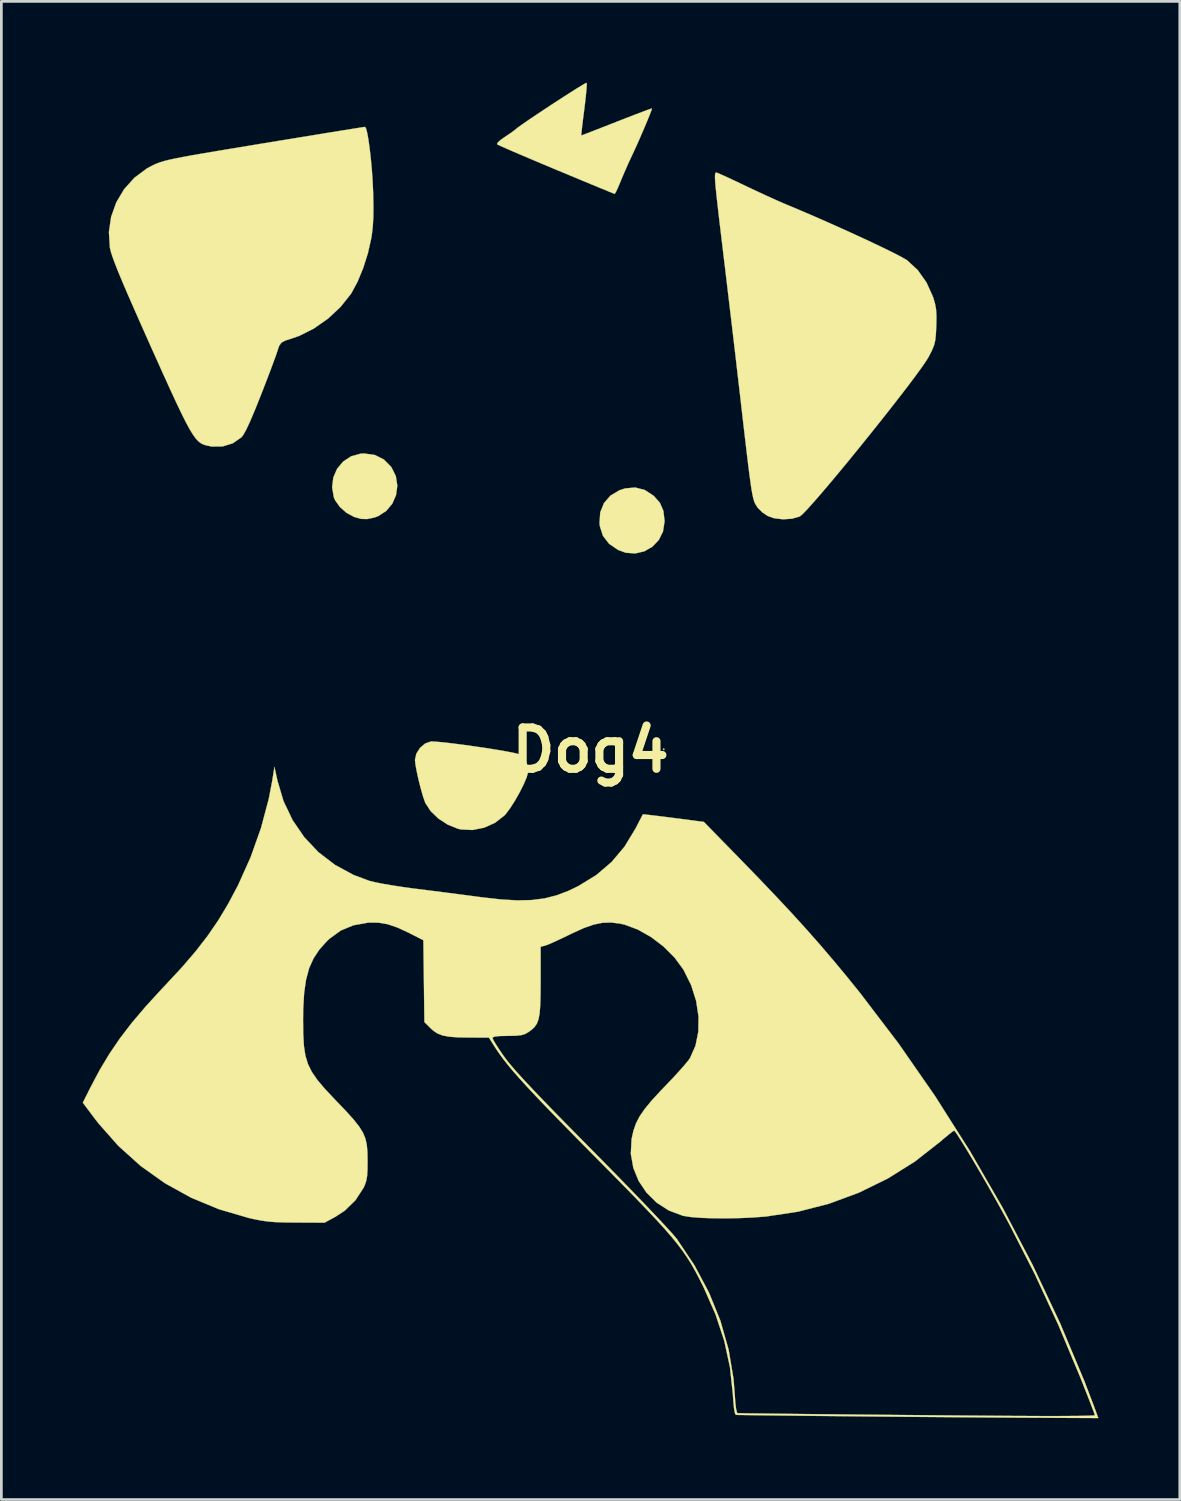
<source format=kicad_pcb>
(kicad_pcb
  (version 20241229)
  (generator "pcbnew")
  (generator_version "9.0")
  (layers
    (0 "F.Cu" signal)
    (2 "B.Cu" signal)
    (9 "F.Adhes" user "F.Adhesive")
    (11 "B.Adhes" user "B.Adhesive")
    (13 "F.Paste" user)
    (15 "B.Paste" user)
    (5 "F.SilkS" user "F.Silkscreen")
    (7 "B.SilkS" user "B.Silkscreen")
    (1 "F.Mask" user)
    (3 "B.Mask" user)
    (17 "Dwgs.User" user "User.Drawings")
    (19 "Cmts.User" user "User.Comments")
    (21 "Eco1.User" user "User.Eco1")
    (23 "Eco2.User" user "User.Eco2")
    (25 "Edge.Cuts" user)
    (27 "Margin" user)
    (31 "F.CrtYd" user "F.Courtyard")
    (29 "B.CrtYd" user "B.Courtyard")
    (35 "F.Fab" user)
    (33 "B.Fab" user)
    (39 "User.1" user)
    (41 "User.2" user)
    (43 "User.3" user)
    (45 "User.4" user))
  (footprint "Dog4"
    (layer "F.Cu")
    (at 18.732 24.617)
    (property "Reference" "Dog4" (at 0 0 0) (layer "F.SilkS") (effects (font (size 1.524 1.524) (thickness 0.3))))
    (attr through_hole)
    (fp_poly (pts (xy 2.731 -0.032) (xy 2.699 0) (xy 2.667 -0.032) (xy 2.699 -0.064) (xy 2.731 -0.032)) (stroke (width 0.01) (type solid)) (fill yes) (layer "F.SilkS"))
    (fp_poly (pts (xy 2.003 -9.593) (xy 2.328 -9.38) (xy 2.558 -9.122) (xy 2.687 -8.824) (xy 2.73 -8.455) (xy 2.73 -8.432) (xy 2.673 -8.064) (xy 2.517 -7.75) (xy 2.281 -7.502) (xy 1.986 -7.333) (xy 1.652 -7.254) (xy 1.299 -7.279) (xy 1.017 -7.382) (xy 0.682 -7.611) (xy 0.458 -7.902) (xy 0.344 -8.256) (xy 0.331 -8.372) (xy 0.358 -8.77) (xy 0.496 -9.113) (xy 0.737 -9.388) (xy 1.07 -9.585) (xy 1.276 -9.652) (xy 1.649 -9.685) (xy 2.003 -9.593)) (stroke (width 0.01) (type solid)) (fill yes) (layer "F.SilkS"))
    (fp_poly (pts (xy -7.955 -10.884) (xy -7.621 -10.718) (xy -7.35 -10.442) (xy -7.343 -10.431) (xy -7.181 -10.103) (xy -7.127 -9.753) (xy -7.174 -9.407) (xy -7.312 -9.089) (xy -7.535 -8.822) (xy -7.832 -8.63) (xy -7.983 -8.576) (xy -8.24 -8.522) (xy -8.455 -8.527) (xy -8.7 -8.594) (xy -8.723 -8.602) (xy -8.997 -8.748) (xy -9.243 -8.964) (xy -9.421 -9.213) (xy -9.468 -9.321) (xy -9.532 -9.696) (xy -9.488 -10.054) (xy -9.348 -10.376) (xy -9.125 -10.643) (xy -8.834 -10.835) (xy -8.488 -10.932) (xy -8.35 -10.94) (xy -7.955 -10.884)) (stroke (width 0.01) (type solid)) (fill yes) (layer "F.SilkS"))
    (fp_poly (pts (xy -5.677 -0.308) (xy -5.407 -0.283) (xy -5.072 -0.244) (xy -4.692 -0.195) (xy -4.291 -0.139) (xy -3.888 -0.08) (xy -3.507 -0.02) (xy -3.168 0.038) (xy -2.894 0.089) (xy -2.705 0.131) (xy -2.628 0.158) (xy -2.408 0.364) (xy -2.304 0.616) (xy -2.302 0.811) (xy -2.356 1.003) (xy -2.468 1.266) (xy -2.618 1.565) (xy -2.79 1.868) (xy -2.966 2.143) (xy -3.126 2.357) (xy -3.178 2.413) (xy -3.524 2.682) (xy -3.928 2.863) (xy -4.357 2.947) (xy -4.781 2.926) (xy -4.893 2.9) (xy -5.267 2.75) (xy -5.613 2.525) (xy -5.897 2.252) (xy -6.09 1.955) (xy -6.108 1.914) (xy -6.181 1.701) (xy -6.261 1.42) (xy -6.34 1.108) (xy -6.407 0.804) (xy -6.456 0.544) (xy -6.476 0.366) (xy -6.476 0.359) (xy -6.424 0.129) (xy -6.289 -0.082) (xy -6.101 -0.242) (xy -5.892 -0.316) (xy -5.86 -0.318) (xy -5.677 -0.308)) (stroke (width 0.01) (type solid)) (fill yes) (layer "F.SilkS"))
    (fp_poly (pts (xy -0.139 -24.541) (xy -0.151 -24.366) (xy -0.175 -24.11) (xy -0.211 -23.797) (xy -0.233 -23.623) (xy -0.275 -23.293) (xy -0.309 -23.012) (xy -0.332 -22.803) (xy -0.342 -22.686) (xy -0.341 -22.67) (xy -0.279 -22.692) (xy -0.117 -22.754) (xy 0.129 -22.849) (xy 0.441 -22.971) (xy 0.803 -23.112) (xy 0.962 -23.175) (xy 1.339 -23.322) (xy 1.673 -23.451) (xy 1.948 -23.556) (xy 2.146 -23.629) (xy 2.251 -23.664) (xy 2.263 -23.666) (xy 2.247 -23.604) (xy 2.189 -23.448) (xy 2.097 -23.223) (xy 1.983 -22.95) (xy 1.855 -22.654) (xy 1.724 -22.356) (xy 1.598 -22.08) (xy 1.532 -21.939) (xy 1.389 -21.632) (xy 1.241 -21.295) (xy 1.115 -20.997) (xy 1.105 -20.971) (xy 1.015 -20.755) (xy 0.94 -20.595) (xy 0.894 -20.519) (xy 0.889 -20.516) (xy 0.825 -20.541) (xy 0.657 -20.609) (xy 0.399 -20.716) (xy 0.063 -20.854) (xy -0.337 -21.02) (xy -0.787 -21.207) (xy -1.27 -21.408) (xy -1.759 -21.613) (xy -2.211 -21.804) (xy -2.613 -21.975) (xy -2.951 -22.12) (xy -3.212 -22.235) (xy -3.383 -22.312) (xy -3.448 -22.346) (xy -3.427 -22.404) (xy -3.32 -22.503) (xy -3.173 -22.607) (xy -2.986 -22.732) (xy -2.837 -22.838) (xy -2.772 -22.891) (xy -2.685 -22.961) (xy -2.515 -23.082) (xy -2.281 -23.244) (xy -1.999 -23.434) (xy -1.688 -23.641) (xy -1.365 -23.854) (xy -1.047 -24.06) (xy -0.751 -24.25) (xy -0.496 -24.411) (xy -0.298 -24.532) (xy -0.176 -24.601) (xy -0.144 -24.612) (xy -0.139 -24.541)) (stroke (width 0.01) (type solid)) (fill yes) (layer "F.SilkS"))
    (fp_poly (pts (xy -8.28 -22.927) (xy -8.236 -22.759) (xy -8.191 -22.504) (xy -8.146 -22.181) (xy -8.104 -21.808) (xy -8.067 -21.407) (xy -8.038 -20.995) (xy -8.02 -20.594) (xy -8.018 -20.542) (xy -8.009 -20.052) (xy -8.013 -19.655) (xy -8.031 -19.322) (xy -8.066 -19.02) (xy -8.09 -18.869) (xy -8.212 -18.328) (xy -8.383 -17.787) (xy -8.588 -17.287) (xy -8.813 -16.868) (xy -8.847 -16.816) (xy -9.224 -16.343) (xy -9.685 -15.914) (xy -10.201 -15.552) (xy -10.741 -15.28) (xy -11.049 -15.173) (xy -11.27 -15.102) (xy -11.403 -15.027) (xy -11.483 -14.916) (xy -11.546 -14.736) (xy -11.551 -14.717) (xy -11.597 -14.58) (xy -11.682 -14.346) (xy -11.797 -14.035) (xy -11.936 -13.67) (xy -12.09 -13.271) (xy -12.167 -13.075) (xy -12.379 -12.546) (xy -12.554 -12.132) (xy -12.696 -11.828) (xy -12.807 -11.628) (xy -12.877 -11.538) (xy -13.197 -11.316) (xy -13.57 -11.201) (xy -13.974 -11.197) (xy -14.201 -11.245) (xy -14.296 -11.279) (xy -14.386 -11.327) (xy -14.476 -11.4) (xy -14.571 -11.505) (xy -14.675 -11.652) (xy -14.794 -11.849) (xy -14.933 -12.106) (xy -15.095 -12.431) (xy -15.287 -12.833) (xy -15.512 -13.32) (xy -15.777 -13.903) (xy -16.085 -14.588) (xy -16.241 -14.936) (xy -16.569 -15.673) (xy -16.848 -16.304) (xy -17.081 -16.837) (xy -17.272 -17.283) (xy -17.424 -17.649) (xy -17.541 -17.945) (xy -17.628 -18.181) (xy -17.687 -18.364) (xy -17.723 -18.504) (xy -17.729 -18.54) (xy -17.765 -19.11) (xy -17.683 -19.67) (xy -17.493 -20.202) (xy -17.203 -20.689) (xy -16.823 -21.112) (xy -16.363 -21.454) (xy -16.17 -21.558) (xy -16.069 -21.606) (xy -15.966 -21.649) (xy -15.849 -21.69) (xy -15.708 -21.732) (xy -15.533 -21.775) (xy -15.312 -21.823) (xy -15.035 -21.877) (xy -14.692 -21.94) (xy -14.271 -22.013) (xy -13.762 -22.099) (xy -13.155 -22.2) (xy -12.438 -22.319) (xy -12.043 -22.384) (xy -11.375 -22.493) (xy -10.745 -22.596) (xy -10.164 -22.691) (xy -9.642 -22.776) (xy -9.191 -22.849) (xy -8.823 -22.908) (xy -8.547 -22.952) (xy -8.376 -22.979) (xy -8.32 -22.987) (xy -8.28 -22.927)) (stroke (width 0.01) (type solid)) (fill yes) (layer "F.SilkS"))
    (fp_poly (pts (xy 4.659 -21.297) (xy 4.757 -21.257) (xy 4.947 -21.172) (xy 5.207 -21.052) (xy 5.514 -20.907) (xy 5.742 -20.798) (xy 6.11 -20.624) (xy 6.483 -20.451) (xy 6.827 -20.295) (xy 7.107 -20.172) (xy 7.207 -20.13) (xy 7.719 -19.915) (xy 8.255 -19.685) (xy 8.8 -19.445) (xy 9.341 -19.203) (xy 9.861 -18.966) (xy 10.345 -18.741) (xy 10.78 -18.534) (xy 11.149 -18.353) (xy 11.438 -18.204) (xy 11.632 -18.094) (xy 11.686 -18.059) (xy 12.072 -17.7) (xy 12.392 -17.247) (xy 12.63 -16.721) (xy 12.638 -16.697) (xy 12.705 -16.472) (xy 12.744 -16.259) (xy 12.759 -16.015) (xy 12.754 -15.696) (xy 12.753 -15.642) (xy 12.738 -15.338) (xy 12.715 -15.118) (xy 12.672 -14.938) (xy 12.598 -14.756) (xy 12.484 -14.529) (xy 12.476 -14.514) (xy 12.376 -14.35) (xy 12.209 -14.107) (xy 11.983 -13.797) (xy 11.708 -13.431) (xy 11.392 -13.02) (xy 11.045 -12.575) (xy 10.675 -12.107) (xy 10.292 -11.627) (xy 9.904 -11.146) (xy 9.521 -10.676) (xy 9.151 -10.228) (xy 8.804 -9.813) (xy 8.488 -9.442) (xy 8.213 -9.126) (xy 7.988 -8.876) (xy 7.821 -8.704) (xy 7.721 -8.62) (xy 7.716 -8.617) (xy 7.43 -8.534) (xy 7.094 -8.513) (xy 6.764 -8.554) (xy 6.53 -8.638) (xy 6.343 -8.765) (xy 6.186 -8.918) (xy 6.168 -8.941) (xy 6.127 -8.998) (xy 6.092 -9.053) (xy 6.059 -9.116) (xy 6.029 -9.194) (xy 6 -9.298) (xy 5.97 -9.437) (xy 5.937 -9.621) (xy 5.902 -9.858) (xy 5.861 -10.158) (xy 5.814 -10.531) (xy 5.759 -10.985) (xy 5.695 -11.53) (xy 5.62 -12.175) (xy 5.533 -12.931) (xy 5.457 -13.589) (xy 5.405 -14.033) (xy 5.342 -14.58) (xy 5.268 -15.205) (xy 5.188 -15.884) (xy 5.103 -16.595) (xy 5.018 -17.312) (xy 4.934 -18.013) (xy 4.895 -18.336) (xy 4.812 -19.028) (xy 4.743 -19.605) (xy 4.689 -20.076) (xy 4.647 -20.453) (xy 4.617 -20.745) (xy 4.598 -20.962) (xy 4.59 -21.116) (xy 4.592 -21.216) (xy 4.602 -21.274) (xy 4.62 -21.298) (xy 4.646 -21.3) (xy 4.659 -21.297)) (stroke (width 0.01) (type solid)) (fill yes) (layer "F.SilkS"))
    (fp_poly (pts (xy -11.551 1.12) (xy -11.325 1.881) (xy -10.991 2.582) (xy -10.559 3.213) (xy -10.035 3.767) (xy -9.428 4.233) (xy -8.746 4.603) (xy -8.165 4.821) (xy -7.96 4.872) (xy -7.658 4.932) (xy -7.288 4.995) (xy -6.88 5.057) (xy -6.482 5.111) (xy -5.978 5.174) (xy -5.404 5.247) (xy -4.815 5.323) (xy -4.267 5.395) (xy -4 5.43) (xy -3.301 5.509) (xy -2.698 5.544) (xy -2.17 5.531) (xy -1.694 5.47) (xy -1.247 5.356) (xy -0.805 5.187) (xy -0.453 5.017) (xy 0.209 4.611) (xy 0.774 4.13) (xy 1.253 3.562) (xy 1.658 2.895) (xy 1.659 2.894) (xy 1.776 2.667) (xy 1.868 2.489) (xy 1.923 2.385) (xy 1.931 2.369) (xy 1.994 2.373) (xy 2.162 2.392) (xy 2.415 2.422) (xy 2.734 2.461) (xy 3.059 2.503) (xy 4.178 2.648) (xy 5.475 3.975) (xy 6.202 4.724) (xy 6.851 5.405) (xy 7.439 6.034) (xy 7.98 6.63) (xy 8.491 7.21) (xy 8.988 7.793) (xy 9.486 8.394) (xy 9.949 8.968) (xy 11.361 10.822) (xy 12.714 12.77) (xy 13.996 14.793) (xy 15.197 16.874) (xy 16.308 18.994) (xy 17.318 21.136) (xy 18.217 23.281) (xy 18.547 24.146) (xy 18.729 24.638) (xy 16.239 24.625) (xy 15.709 24.622) (xy 15.074 24.618) (xy 14.353 24.613) (xy 13.567 24.607) (xy 12.738 24.6) (xy 11.885 24.593) (xy 11.031 24.585) (xy 10.195 24.577) (xy 9.588 24.571) (xy 8.872 24.564) (xy 8.193 24.557) (xy 7.561 24.55) (xy 6.988 24.543) (xy 6.484 24.537) (xy 6.06 24.532) (xy 5.726 24.527) (xy 5.494 24.524) (xy 5.374 24.521) (xy 5.36 24.52) (xy 5.324 24.454) (xy 5.292 24.273) (xy 5.264 23.99) (xy 5.25 23.765) (xy 5.143 22.766) (xy 4.931 21.785) (xy 4.607 20.805) (xy 4.167 19.807) (xy 4.154 19.78) (xy 4.006 19.486) (xy 3.864 19.218) (xy 3.722 18.967) (xy 3.57 18.724) (xy 3.403 18.48) (xy 3.211 18.226) (xy 2.988 17.953) (xy 2.727 17.652) (xy 2.418 17.313) (xy 2.055 16.928) (xy 1.631 16.487) (xy 1.137 15.982) (xy 0.566 15.403) (xy 0.09 14.922) (xy -0.543 14.282) (xy -1.092 13.723) (xy -1.566 13.236) (xy -1.972 12.812) (xy -2.317 12.445) (xy -2.609 12.124) (xy -2.856 11.843) (xy -3.064 11.593) (xy -3.242 11.365) (xy -3.396 11.151) (xy -3.535 10.943) (xy -3.578 10.874) (xy -3.738 10.62) (xy -3.618 10.62) (xy -3.582 10.701) (xy -3.487 10.861) (xy -3.347 11.076) (xy -3.19 11.303) (xy -3.069 11.465) (xy -2.907 11.662) (xy -2.699 11.9) (xy -2.439 12.185) (xy -2.12 12.525) (xy -1.737 12.926) (xy -1.283 13.395) (xy -0.751 13.937) (xy -0.137 14.56) (xy 0.033 14.732) (xy 0.538 15.244) (xy 1.025 15.741) (xy 1.485 16.214) (xy 1.909 16.654) (xy 2.289 17.052) (xy 2.615 17.398) (xy 2.878 17.683) (xy 3.07 17.896) (xy 3.182 18.03) (xy 3.185 18.034) (xy 3.833 19.004) (xy 4.37 20.013) (xy 4.791 21.052) (xy 5.093 22.114) (xy 5.273 23.189) (xy 5.317 23.733) (xy 5.34 24.068) (xy 5.369 24.306) (xy 5.403 24.436) (xy 5.423 24.457) (xy 5.501 24.459) (xy 5.694 24.463) (xy 5.993 24.467) (xy 6.386 24.472) (xy 6.863 24.478) (xy 7.411 24.484) (xy 8.021 24.491) (xy 8.68 24.498) (xy 9.379 24.505) (xy 10.107 24.512) (xy 10.852 24.519) (xy 11.603 24.526) (xy 12.349 24.533) (xy 13.08 24.539) (xy 13.785 24.545) (xy 14.452 24.55) (xy 15.071 24.555) (xy 15.63 24.559) (xy 16.119 24.561) (xy 16.208 24.562) (xy 16.746 24.564) (xy 17.242 24.564) (xy 17.681 24.561) (xy 18.051 24.558) (xy 18.338 24.552) (xy 18.527 24.545) (xy 18.604 24.537) (xy 18.605 24.536) (xy 18.583 24.468) (xy 18.52 24.3) (xy 18.423 24.048) (xy 18.299 23.729) (xy 18.153 23.361) (xy 18.069 23.148) (xy 17.252 21.196) (xy 16.386 19.328) (xy 15.454 17.504) (xy 15.196 17.029) (xy 14.972 16.625) (xy 14.735 16.206) (xy 14.494 15.786) (xy 14.257 15.379) (xy 14.033 15.001) (xy 13.83 14.665) (xy 13.658 14.387) (xy 13.525 14.18) (xy 13.439 14.059) (xy 13.412 14.034) (xy 13.348 14.073) (xy 13.212 14.179) (xy 13.026 14.333) (xy 12.89 14.45) (xy 11.964 15.176) (xy 10.965 15.801) (xy 9.905 16.321) (xy 8.795 16.732) (xy 7.646 17.027) (xy 6.47 17.204) (xy 6.445 17.206) (xy 5.974 17.241) (xy 5.474 17.263) (xy 4.971 17.272) (xy 4.489 17.268) (xy 4.055 17.252) (xy 3.692 17.222) (xy 3.426 17.181) (xy 3.395 17.173) (xy 2.884 16.98) (xy 2.437 16.691) (xy 2.062 16.321) (xy 1.772 15.888) (xy 1.577 15.407) (xy 1.486 14.894) (xy 1.512 14.365) (xy 1.516 14.337) (xy 1.582 14.042) (xy 1.675 13.774) (xy 1.808 13.514) (xy 1.996 13.24) (xy 2.249 12.932) (xy 2.582 12.57) (xy 2.731 12.416) (xy 3 12.134) (xy 3.246 11.868) (xy 3.451 11.636) (xy 3.599 11.458) (xy 3.666 11.367) (xy 3.871 10.904) (xy 3.976 10.384) (xy 3.983 9.826) (xy 3.894 9.247) (xy 3.71 8.668) (xy 3.432 8.108) (xy 3.421 8.091) (xy 3.1 7.653) (xy 2.696 7.248) (xy 2.236 6.898) (xy 1.748 6.621) (xy 1.26 6.439) (xy 1.092 6.401) (xy 0.76 6.359) (xy 0.444 6.369) (xy 0.116 6.436) (xy -0.254 6.566) (xy -0.693 6.766) (xy -0.754 6.796) (xy -1.05 6.939) (xy -1.319 7.064) (xy -1.533 7.158) (xy -1.664 7.208) (xy -1.674 7.211) (xy -1.841 7.253) (xy -1.841 8.533) (xy -1.844 9.025) (xy -1.855 9.409) (xy -1.877 9.701) (xy -1.917 9.921) (xy -1.977 10.085) (xy -2.062 10.211) (xy -2.176 10.318) (xy -2.286 10.398) (xy -2.41 10.47) (xy -2.547 10.513) (xy -2.734 10.534) (xy -3.007 10.541) (xy -3.057 10.541) (xy -3.349 10.547) (xy -3.528 10.565) (xy -3.61 10.599) (xy -3.618 10.62) (xy -3.738 10.62) (xy -3.748 10.604) (xy -4.462 10.603) (xy -4.888 10.596) (xy -5.212 10.572) (xy -5.456 10.526) (xy -5.646 10.453) (xy -5.805 10.346) (xy -5.9 10.259) (xy -6.128 10.031) (xy -6.147 8.522) (xy -6.166 7.013) (xy -6.686 6.748) (xy -7.113 6.549) (xy -7.478 6.424) (xy -7.814 6.365) (xy -8.157 6.362) (xy -8.211 6.366) (xy -8.748 6.462) (xy -9.214 6.656) (xy -9.63 6.958) (xy -9.733 7.056) (xy -10.006 7.363) (xy -10.22 7.688) (xy -10.381 8.049) (xy -10.493 8.466) (xy -10.564 8.957) (xy -10.598 9.542) (xy -10.603 9.938) (xy -10.597 10.469) (xy -10.573 10.903) (xy -10.518 11.265) (xy -10.423 11.58) (xy -10.278 11.874) (xy -10.072 12.172) (xy -9.794 12.5) (xy -9.433 12.884) (xy -9.366 12.954) (xy -9.013 13.323) (xy -8.741 13.625) (xy -8.54 13.878) (xy -8.398 14.104) (xy -8.307 14.321) (xy -8.254 14.552) (xy -8.23 14.814) (xy -8.224 15.129) (xy -8.224 15.145) (xy -8.227 15.472) (xy -8.241 15.705) (xy -8.271 15.881) (xy -8.321 16.031) (xy -8.372 16.143) (xy -8.67 16.602) (xy -9.063 16.986) (xy -9.409 17.213) (xy -9.811 17.431) (xy -10.858 17.426) (xy -11.289 17.422) (xy -11.627 17.41) (xy -11.91 17.387) (xy -12.171 17.349) (xy -12.447 17.294) (xy -12.605 17.258) (xy -13.702 16.937) (xy -14.736 16.508) (xy -15.702 15.974) (xy -16.596 15.337) (xy -17.415 14.6) (xy -18.152 13.766) (xy -18.306 13.567) (xy -18.727 13.005) (xy -18.439 12.431) (xy -18.102 11.795) (xy -17.746 11.202) (xy -17.357 10.63) (xy -16.916 10.055) (xy -16.408 9.457) (xy -15.817 8.812) (xy -15.669 8.655) (xy -15.074 8.015) (xy -14.566 7.423) (xy -14.126 6.855) (xy -13.735 6.286) (xy -13.377 5.691) (xy -13.033 5.045) (xy -13 4.981) (xy -12.538 3.952) (xy -12.158 2.883) (xy -11.871 1.81) (xy -11.744 1.151) (xy -11.659 0.619) (xy -11.551 1.12)) (stroke (width 0.01) (type solid)) (fill yes) (layer "F.SilkS")))
  (gr_rect
    (start -3 -3)
    (end 40.467 52.26)
    (stroke (width 0.1) (type default))
    (fill no)
    (layer "Edge.Cuts")))
</source>
